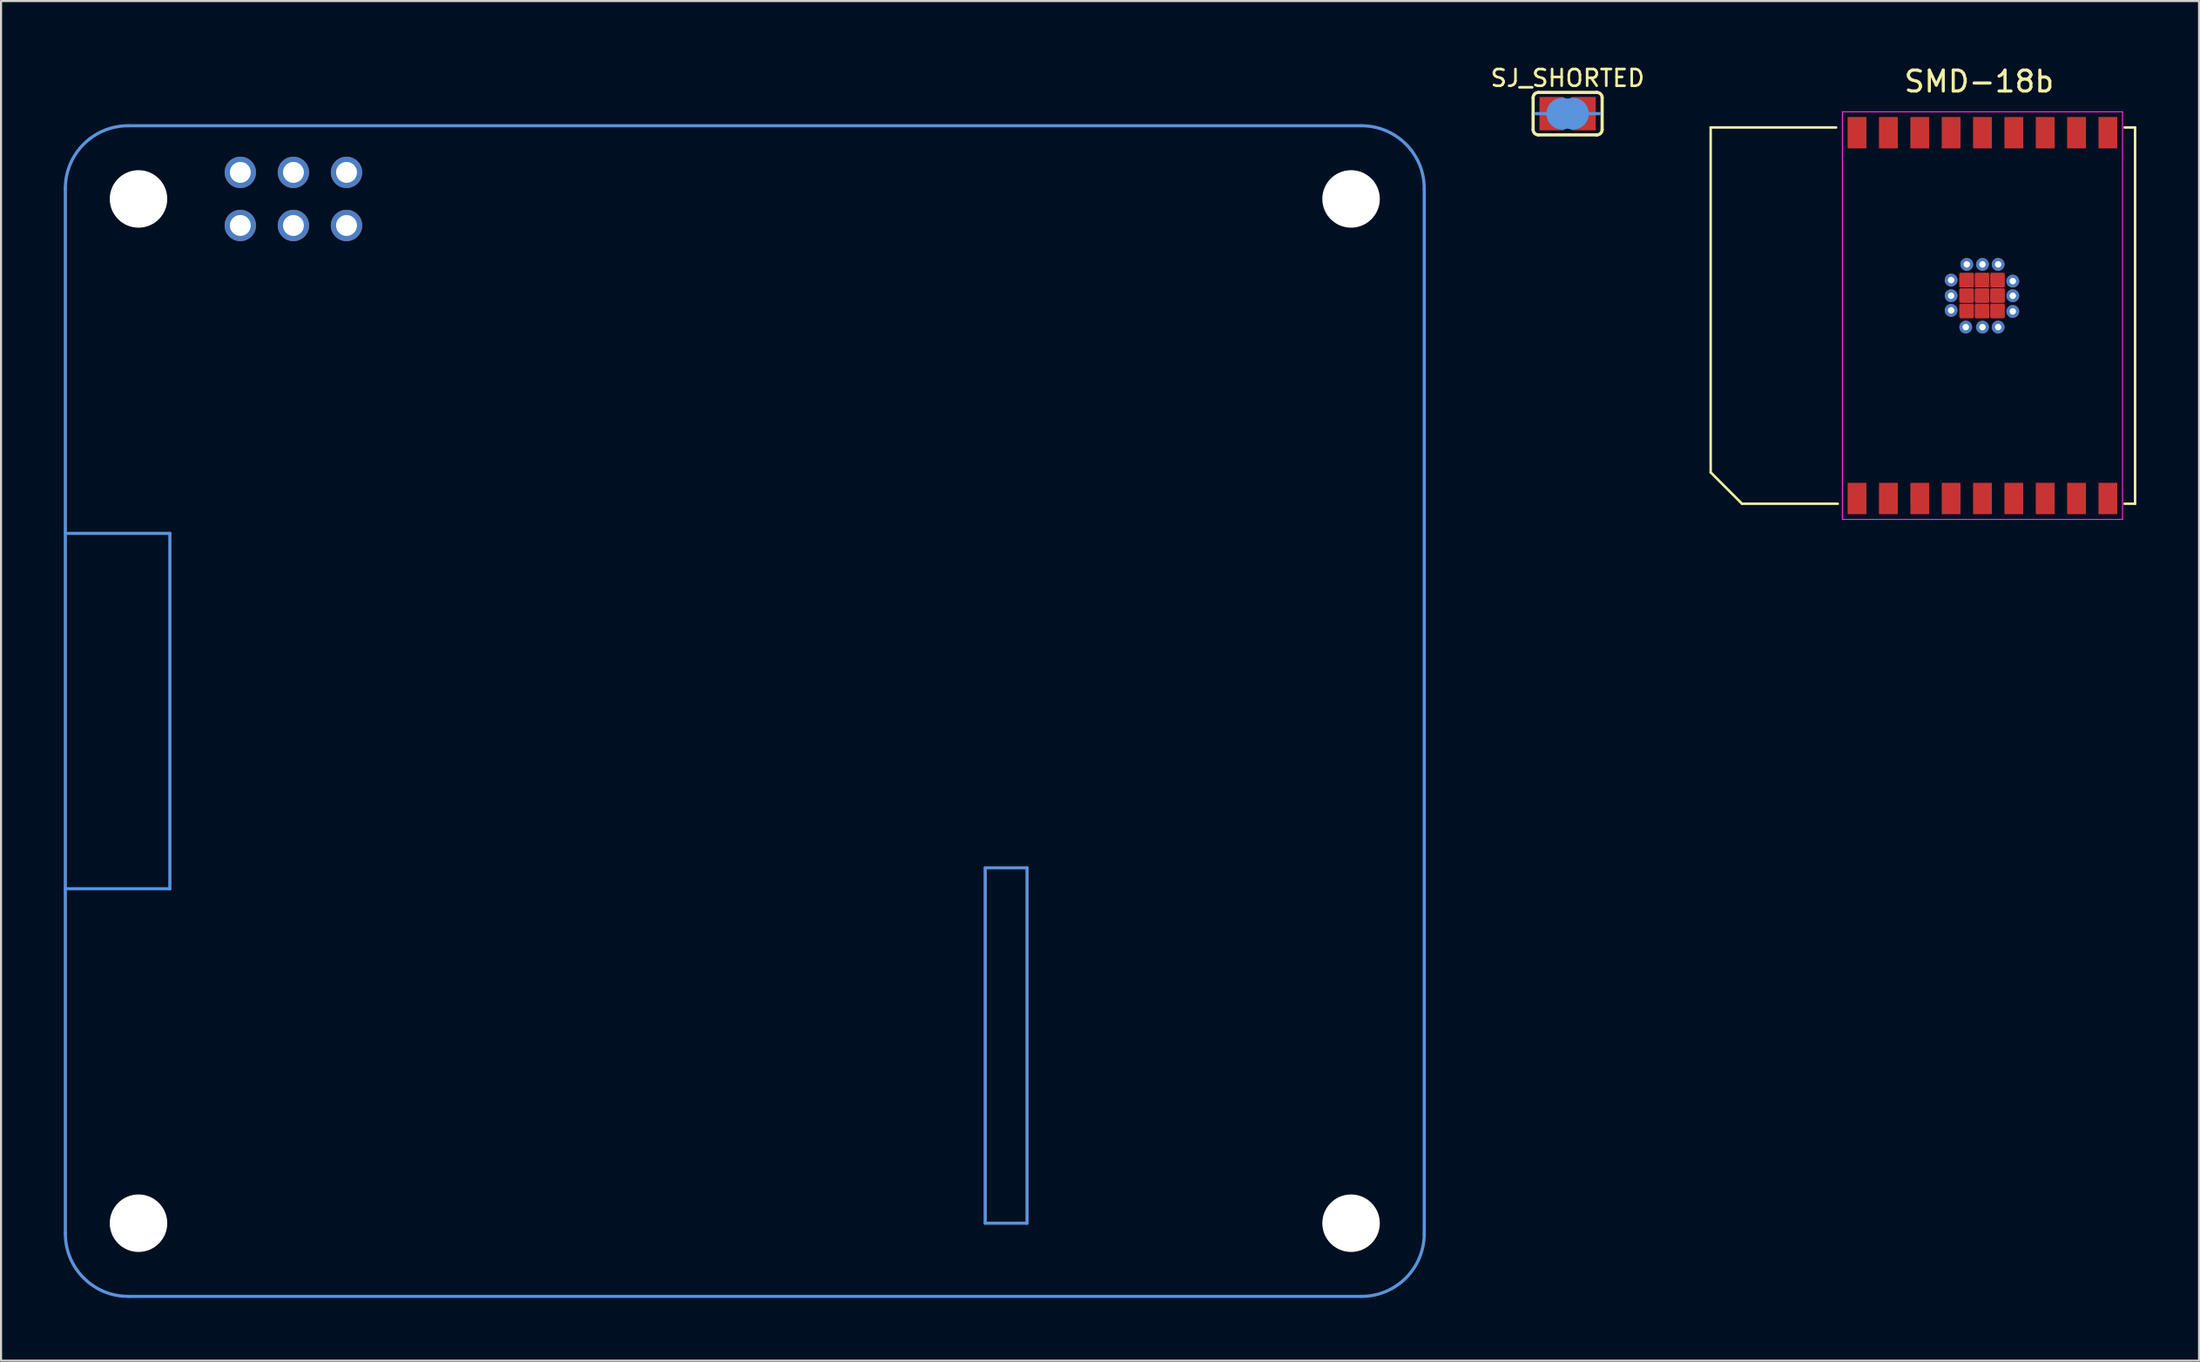
<source format=kicad_pcb>
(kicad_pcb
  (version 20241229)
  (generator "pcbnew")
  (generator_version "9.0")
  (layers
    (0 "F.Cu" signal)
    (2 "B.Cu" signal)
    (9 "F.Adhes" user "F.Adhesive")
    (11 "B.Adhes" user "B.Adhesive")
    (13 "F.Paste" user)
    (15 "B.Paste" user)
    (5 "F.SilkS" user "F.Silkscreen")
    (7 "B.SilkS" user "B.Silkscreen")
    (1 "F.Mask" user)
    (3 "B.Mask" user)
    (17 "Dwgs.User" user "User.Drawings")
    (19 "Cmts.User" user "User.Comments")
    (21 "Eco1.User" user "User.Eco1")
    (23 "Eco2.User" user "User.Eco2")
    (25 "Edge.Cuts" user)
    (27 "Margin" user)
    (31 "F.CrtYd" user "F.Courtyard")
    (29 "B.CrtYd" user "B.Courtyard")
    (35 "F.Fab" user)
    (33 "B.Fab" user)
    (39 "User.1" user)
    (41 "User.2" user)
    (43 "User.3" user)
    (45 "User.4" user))
  (footprint "SJ_SHORTED"
    (layer "F.Cu")
    (at 71.934 2.387)
    (property "Reference" "SJ_SHORTED" (at 0 -1.7 0) (layer "F.SilkS") (effects (font (size 0.8 0.8) (thickness 0.125))))
    (attr through_hole)
    (fp_line (start -0.762 0) (end 0.762 0) (stroke (width 0.381) (type solid)) (layer "F.Cu"))
    (fp_line (start -0.3 0) (end 0.3 0) (stroke (width 1.6) (type solid)) (layer "F.Mask"))
    (fp_line (start -1.651 0.762) (end -1.651 -0.762) (stroke (width 0.152) (type solid)) (layer "F.SilkS"))
    (fp_line (start -1.397 -1.016) (end 1.397 -1.016) (stroke (width 0.152) (type solid)) (layer "F.SilkS"))
    (fp_line (start 1.397 1.016) (end -1.397 1.016) (stroke (width 0.152) (type solid)) (layer "F.SilkS"))
    (fp_line (start 1.651 0.762) (end 1.651 -0.762) (stroke (width 0.152) (type solid)) (layer "F.SilkS"))
    (fp_arc (start -1.651 -0.762) (mid -1.576605 -0.941605) (end -1.397 -1.016) (stroke (width 0.1524) (type solid)) (layer "F.SilkS"))
    (fp_arc (start -1.397 1.016) (mid -1.576605 0.941605) (end -1.651 0.762) (stroke (width 0.1524) (type solid)) (layer "F.SilkS"))
    (fp_arc (start 1.397 -1.016) (mid 1.576605 -0.941605) (end 1.651 -0.762) (stroke (width 0.1524) (type solid)) (layer "F.SilkS"))
    (fp_arc (start 1.651 0.762) (mid 1.576605 0.941605) (end 1.397 1.016) (stroke (width 0.1524) (type solid)) (layer "F.SilkS"))
    (fp_line (start -1.016 0) (end -1.524 0) (stroke (width 0.152) (type solid)) (layer "Cmts.User"))
    (fp_line (start 1.016 0) (end 1.524 0) (stroke (width 0.152) (type solid)) (layer "Cmts.User"))
    (fp_arc (start -0.254 0.127) (mid -0.381 0) (end -0.254 -0.127) (stroke (width 1.27) (type solid)) (layer "Cmts.User"))
    (fp_arc (start 0.254 -0.127) (mid 0.381 0) (end 0.254 0.127) (stroke (width 1.27) (type solid)) (layer "Cmts.User"))
    (pad "1" smd rect (at -0.762 0) (size 1.168 1.6) (layers "F.Cu" "F.Mask"))
    (pad "2" smd rect (at 0.762 0) (size 1.168 1.6) (layers "F.Cu" "F.Mask")))
  (footprint "SMD-18b"
    (layer "F.Cu")
    (at 91.777 12.048)
    (property "Reference" "SMD-18b" (at -0.16 -11.2 0) (layer "F.SilkS") (effects (font (size 1 1) (thickness 0.15))))
    (attr smd)
    (fp_line (start -13 -9) (end -13 7.5) (stroke (width 0.12) (type solid)) (layer "F.SilkS"))
    (fp_line (start -13 7.5) (end -11.5 9) (stroke (width 0.12) (type solid)) (layer "F.SilkS"))
    (fp_line (start -11.5 9) (end -6.92 9) (stroke (width 0.12) (type solid)) (layer "F.SilkS"))
    (fp_line (start -7 -9) (end -13 -9) (stroke (width 0.12) (type solid)) (layer "F.SilkS"))
    (fp_line (start 6.8 -9) (end 7.3 -9) (stroke (width 0.12) (type solid)) (layer "F.SilkS"))
    (fp_line (start 7.3 -9) (end 7.3 9) (stroke (width 0.12) (type solid)) (layer "F.SilkS"))
    (fp_line (start 7.3 9) (end 6.8 9) (stroke (width 0.12) (type solid)) (layer "F.SilkS"))
    (fp_line (start -6.7 -9.75) (end 6.7 -9.75) (stroke (width 0.05) (type solid)) (layer "F.CrtYd"))
    (fp_line (start -6.7 9.75) (end -6.7 -9.75) (stroke (width 0.05) (type solid)) (layer "F.CrtYd"))
    (fp_line (start 6.7 -9.75) (end 6.7 9.75) (stroke (width 0.05) (type solid)) (layer "F.CrtYd"))
    (fp_line (start 6.7 9.75) (end -6.7 9.75) (stroke (width 0.05) (type solid)) (layer "F.CrtYd"))
    (pad "1" smd rect (at -6 8.75) (size 0.9 1.5) (layers "F.Cu" "F.Mask" "F.Paste"))
    (pad "2" smd rect (at -4.5 8.75) (size 0.9 1.5) (layers "F.Cu" "F.Mask" "F.Paste"))
    (pad "3" smd rect (at -3 8.75) (size 0.9 1.5) (layers "F.Cu" "F.Mask" "F.Paste"))
    (pad "4" smd rect (at -1.5 8.75) (size 0.9 1.5) (layers "F.Cu" "F.Mask" "F.Paste"))
    (pad "5" smd rect (at 0 8.75) (size 0.9 1.5) (layers "F.Cu" "F.Mask" "F.Paste"))
    (pad "6" smd rect (at 1.5 8.75) (size 0.9 1.5) (layers "F.Cu" "F.Mask" "F.Paste"))
    (pad "7" smd rect (at 3 8.75) (size 0.9 1.5) (layers "F.Cu" "F.Mask" "F.Paste"))
    (pad "8" smd rect (at 4.5 8.75) (size 0.9 1.5) (layers "F.Cu" "F.Mask" "F.Paste"))
    (pad "9" smd rect (at 6 8.75) (size 0.9 1.5) (layers "F.Cu" "F.Mask" "F.Paste"))
    (pad "10" smd rect (at 6 -8.75) (size 0.9 1.5) (layers "F.Cu" "F.Mask" "F.Paste"))
    (pad "11" smd rect (at 4.5 -8.75) (size 0.9 1.5) (layers "F.Cu" "F.Mask" "F.Paste"))
    (pad "12" smd rect (at 3 -8.75) (size 0.9 1.5) (layers "F.Cu" "F.Mask" "F.Paste"))
    (pad "13" smd rect (at 1.5 -8.75) (size 0.9 1.5) (layers "F.Cu" "F.Mask" "F.Paste"))
    (pad "14" smd rect (at 0 -8.75) (size 0.9 1.5) (layers "F.Cu" "F.Mask" "F.Paste"))
    (pad "15" smd rect (at -1.5 -8.75) (size 0.9 1.5) (layers "F.Cu" "F.Mask" "F.Paste"))
    (pad "16" smd rect (at -3 -8.75) (size 0.9 1.5) (layers "F.Cu" "F.Mask" "F.Paste"))
    (pad "17" smd rect (at -4.5 -8.75) (size 0.9 1.5) (layers "F.Cu" "F.Mask" "F.Paste"))
    (pad "18" smd rect (at -6 -8.75) (size 0.9 1.5) (layers "F.Cu" "F.Mask" "F.Paste"))
    (pad "19" thru_hole circle (at -1.5 -1.7) (size 0.61 0.61) (drill 0.31) (layers "*.Cu" "*.Mask"))
    (pad "19" thru_hole circle (at -1.5 -0.95) (size 0.61 0.61) (drill 0.31) (layers "*.Cu" "*.Mask"))
    (pad "19" thru_hole circle (at -1.5 -0.25) (size 0.61 0.61) (drill 0.31) (layers "*.Cu" "*.Mask"))
    (pad "19" thru_hole circle (at -0.8 0.55) (size 0.61 0.61) (drill 0.31) (layers "*.Cu" "*.Mask"))
    (pad "19" smd roundrect (at -0.76 -1.7) (size 0.7 0.7) (layers "F.Cu" "F.Mask" "F.Paste") (roundrect_rratio 0.1))
    (pad "19" smd roundrect (at -0.76 -0.96) (size 0.7 0.7) (layers "F.Cu" "F.Mask" "F.Paste") (roundrect_rratio 0.1))
    (pad "19" smd roundrect (at -0.76 -0.22) (size 0.7 0.7) (layers "F.Cu" "F.Mask" "F.Paste") (roundrect_rratio 0.1))
    (pad "19" thru_hole circle (at -0.75 -2.45) (size 0.61 0.61) (drill 0.31) (layers "*.Cu" "*.Mask"))
    (pad "19" smd roundrect (at -0.02 -1.7) (size 0.7 0.7) (layers "F.Cu" "F.Mask" "F.Paste") (roundrect_rratio 0.1))
    (pad "19" smd roundrect (at -0.02 -0.96) (size 0.7 0.7) (layers "F.Cu" "F.Mask" "F.Paste") (roundrect_rratio 0.1))
    (pad "19" smd roundrect (at -0.02 -0.22) (size 0.7 0.7) (layers "F.Cu" "F.Mask" "F.Paste") (roundrect_rratio 0.1))
    (pad "19" thru_hole circle (at 0 -2.45) (size 0.61 0.61) (drill 0.31) (layers "*.Cu" "*.Mask"))
    (pad "19" thru_hole circle (at 0 0.55) (size 0.61 0.61) (drill 0.31) (layers "*.Cu" "*.Mask"))
    (pad "19" smd roundrect (at 0.72 -1.7) (size 0.7 0.7) (layers "F.Cu" "F.Mask" "F.Paste") (roundrect_rratio 0.1))
    (pad "19" smd roundrect (at 0.72 -0.96) (size 0.7 0.7) (layers "F.Cu" "F.Mask" "F.Paste") (roundrect_rratio 0.1))
    (pad "19" smd roundrect (at 0.72 -0.22) (size 0.7 0.7) (layers "F.Cu" "F.Mask" "F.Paste") (roundrect_rratio 0.1))
    (pad "19" thru_hole circle (at 0.75 -2.45) (size 0.61 0.61) (drill 0.31) (layers "*.Cu" "*.Mask"))
    (pad "19" thru_hole circle (at 0.75 0.55) (size 0.61 0.61) (drill 0.31) (layers "*.Cu" "*.Mask"))
    (pad "19" thru_hole circle (at 1.45 -1.65) (size 0.61 0.61) (drill 0.31) (layers "*.Cu" "*.Mask"))
    (pad "19" thru_hole circle (at 1.45 -0.95) (size 0.61 0.61) (drill 0.31) (layers "*.Cu" "*.Mask"))
    (pad "19" thru_hole circle (at 1.45 -0.2) (size 0.61 0.61) (drill 0.31) (layers "*.Cu" "*.Mask")))
  (footprint "RASPBERRY_PI_HAT3pin"
    (layer "F.Cu")
    (at 32.575 6.466)
    (property "Reference" "RASPBERRY_PI_HAT3pin" (at -3 -5.5 180) (layer "Eco1.User") (effects (font (size 1.27 1.27) (thickness 0.127))))
    (attr through_hole)
    (fp_line (start -32.5 33) (end -27.5 33) (stroke (width 0.15) (type solid)) (layer "Cmts.User"))
    (fp_line (start -32.5 49.5) (end -32.5 -0.5) (stroke (width 0.15) (type solid)) (layer "Cmts.User"))
    (fp_line (start -27.5 16) (end -32.5 16) (stroke (width 0.15) (type solid)) (layer "Cmts.User"))
    (fp_line (start -27.5 33) (end -27.5 16) (stroke (width 0.15) (type solid)) (layer "Cmts.User"))
    (fp_line (start 11.5 32) (end 11.5 49) (stroke (width 0.15) (type solid)) (layer "Cmts.User"))
    (fp_line (start 11.5 49) (end 13.5 49) (stroke (width 0.15) (type solid)) (layer "Cmts.User"))
    (fp_line (start 13.5 32) (end 11.5 32) (stroke (width 0.15) (type solid)) (layer "Cmts.User"))
    (fp_line (start 13.5 49) (end 13.5 32) (stroke (width 0.15) (type solid)) (layer "Cmts.User"))
    (fp_line (start 29.5 -3.5) (end -29.5 -3.5) (stroke (width 0.15) (type solid)) (layer "Cmts.User"))
    (fp_line (start 29.5 52.5) (end -29.5 52.5) (stroke (width 0.15) (type solid)) (layer "Cmts.User"))
    (fp_line (start 32.5 -0.5) (end 32.5 49.5) (stroke (width 0.15) (type solid)) (layer "Cmts.User"))
    (fp_arc (start -32.5 -0.5) (mid -31.62132 -2.62132) (end -29.5 -3.5) (stroke (width 0.15) (type solid)) (layer "Cmts.User"))
    (fp_arc (start -29.5 52.5) (mid -31.62132 51.62132) (end -32.5 49.5) (stroke (width 0.15) (type solid)) (layer "Cmts.User"))
    (fp_arc (start 29.5 -3.5) (mid 31.62132 -2.62132) (end 32.5 -0.5) (stroke (width 0.15) (type solid)) (layer "Cmts.User"))
    (fp_arc (start 32.5 49.5) (mid 31.62132 51.62132) (end 29.5 52.5) (stroke (width 0.15) (type solid)) (layer "Cmts.User"))
    (pad "" np_thru_hole circle (at -29 0) (size 2.75 2.75) (drill 2.75) (layers "*.Cu"))
    (pad "" np_thru_hole circle (at -29 49) (size 2.75 2.75) (drill 2.75) (layers "*.Cu"))
    (pad "" np_thru_hole circle (at 29 0) (size 2.75 2.75) (drill 2.75) (layers "*.Cu"))
    (pad "" np_thru_hole circle (at 29 49) (size 2.75 2.75) (drill 2.75) (layers "*.Cu"))
    (pad "1" thru_hole oval (at -24.13 1.27) (size 1.5 1.5) (drill 1) (layers "*.Cu" "*.Mask"))
    (pad "2" thru_hole oval (at -24.13 -1.27) (size 1.5 1.5) (drill 1) (layers "*.Cu" "*.Mask"))
    (pad "3" thru_hole oval (at -21.59 1.27) (size 1.5 1.5) (drill 1) (layers "*.Cu" "*.Mask"))
    (pad "4" thru_hole oval (at -21.59 -1.27) (size 1.5 1.5) (drill 1) (layers "*.Cu" "*.Mask"))
    (pad "5" thru_hole oval (at -19.05 1.27) (size 1.5 1.5) (drill 1) (layers "*.Cu" "*.Mask"))
    (pad "6" thru_hole oval (at -19.05 -1.27) (size 1.5 1.5) (drill 1) (layers "*.Cu" "*.Mask")))
  (gr_rect
    (start -3 -3)
    (end 102.137 62.041)
    (stroke (width 0.1) (type default))
    (fill no)
    (layer "Edge.Cuts")))
</source>
